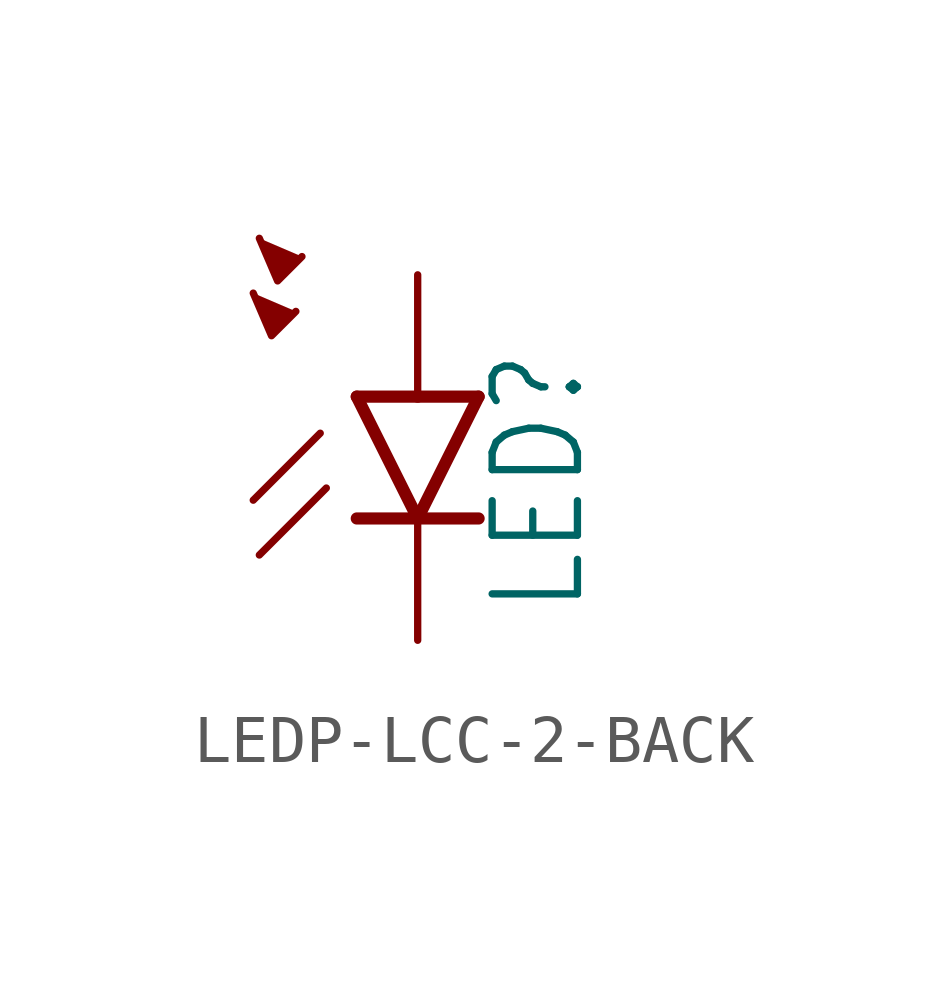
<source format=kicad_sym>
(kicad_symbol_lib
  (version 20241209)
  (generator "kicad_symbol_editor")
  (generator_version "9.0")
  (symbol "LEDP-LCC-2-BACK"
    (property "Reference" "LED"
      (at 3.556 -4.572 90)
      (effects (font (size 1.778 1.511)) (justify left bottom)))
    (property "Value" ""
      (at 5.715 -4.572 90)
      (effects (font (size 1.778 1.511)) (justify left bottom)))
    (property "ki_locked" ""
      (at 0 0 0)
      (effects (font (size 1.27 1.27))))
    (symbol "LEDP-LCC-2-BACK_1_0"
      (polyline (pts (xy -3.429 2.159) (xy -3.048 1.27) (xy -2.54 1.778)) (stroke (width 0.152) (type solid)) (fill (type outline)))
      (polyline (pts (xy -3.302 3.302) (xy -2.921 2.413) (xy -2.413 2.921)) (stroke (width 0.152) (type solid)) (fill (type outline)))
      (polyline (pts (xy -2.032 -0.762) (xy -3.429 -2.159)) (stroke (width 0.152) (type solid)) (fill (type none)))
      (polyline (pts (xy -1.905 -1.905) (xy -3.302 -3.302)) (stroke (width 0.152) (type solid)) (fill (type none)))
      (polyline (pts (xy 0 0) (xy -1.27 0)) (stroke (width 0.254) (type solid)) (fill (type none)))
      (polyline (pts (xy 0 -2.54) (xy -1.27 0)) (stroke (width 0.254) (type solid)) (fill (type none)))
      (polyline (pts (xy 0 -2.54) (xy -1.27 -2.54)) (stroke (width 0.254) (type solid)) (fill (type none)))
      (polyline (pts (xy 1.27 0) (xy 0 0)) (stroke (width 0.254) (type solid)) (fill (type none)))
      (polyline (pts (xy 1.27 0) (xy 0 -2.54)) (stroke (width 0.254) (type solid)) (fill (type none)))
      (polyline (pts (xy 1.27 -2.54) (xy 0 -2.54)) (stroke (width 0.254) (type solid)) (fill (type none)))
      (pin passive line (at 0 2.54 270) (length 2.54) (name "A" (effects (font (size 0 0)))) (number "A" (effects (font (size 0 0)))))
      (pin passive line (at 0 -5.08 90) (length 2.54) (name "C" (effects (font (size 0 0)))) (number "C" (effects (font (size 0 0))))))))
</source>
